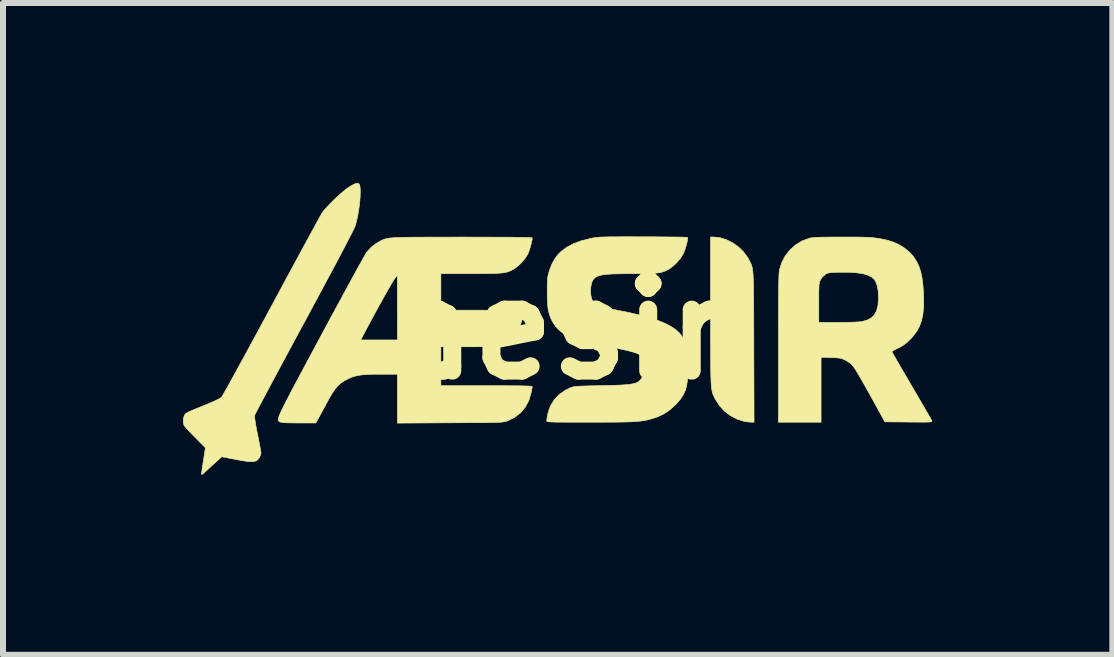
<source format=kicad_pcb>
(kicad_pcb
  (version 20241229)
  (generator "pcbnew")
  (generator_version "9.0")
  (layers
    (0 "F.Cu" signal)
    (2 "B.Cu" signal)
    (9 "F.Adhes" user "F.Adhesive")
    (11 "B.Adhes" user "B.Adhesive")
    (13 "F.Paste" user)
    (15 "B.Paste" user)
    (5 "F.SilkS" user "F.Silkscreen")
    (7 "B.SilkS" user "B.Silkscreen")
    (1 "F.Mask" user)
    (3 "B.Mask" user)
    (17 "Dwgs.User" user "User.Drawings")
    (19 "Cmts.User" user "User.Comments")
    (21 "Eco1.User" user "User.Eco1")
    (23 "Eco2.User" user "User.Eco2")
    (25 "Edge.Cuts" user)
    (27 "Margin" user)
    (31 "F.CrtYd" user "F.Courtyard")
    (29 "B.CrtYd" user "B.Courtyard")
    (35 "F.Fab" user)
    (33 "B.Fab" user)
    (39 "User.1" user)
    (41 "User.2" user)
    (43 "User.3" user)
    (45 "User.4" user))
  (footprint "aesir"
    (layer "F.Cu")
    (at 6.266 2.438)
    (property "Reference" "aesir" (at 0 0 0) (layer "F.SilkS") (effects (font (size 1.524 1.524) (thickness 0.3))))
    (attr through_hole)
    (fp_poly (pts (xy 2.588 -1.537) (xy 2.691 -1.525) (xy 2.796 -1.491) (xy 2.898 -1.439) (xy 2.993 -1.372) (xy 3.076 -1.291) (xy 3.143 -1.202) (xy 3.158 -1.175) (xy 3.172 -1.149) (xy 3.184 -1.126) (xy 3.195 -1.104) (xy 3.205 -1.083) (xy 3.213 -1.06) (xy 3.22 -1.033) (xy 3.226 -1.002) (xy 3.231 -0.963) (xy 3.235 -0.917) (xy 3.238 -0.861) (xy 3.241 -0.794) (xy 3.243 -0.714) (xy 3.244 -0.619) (xy 3.245 -0.508) (xy 3.246 -0.379) (xy 3.247 -0.231) (xy 3.247 -0.062) (xy 3.248 0.129) (xy 3.248 0.295) (xy 3.252 1.549) (xy 3.198 1.548) (xy 3.148 1.544) (xy 3.098 1.538) (xy 3.092 1.536) (xy 2.974 1.5) (xy 2.861 1.442) (xy 2.76 1.365) (xy 2.674 1.272) (xy 2.607 1.167) (xy 2.605 1.164) (xy 2.593 1.139) (xy 2.582 1.117) (xy 2.572 1.095) (xy 2.563 1.072) (xy 2.556 1.047) (xy 2.55 1.017) (xy 2.544 0.982) (xy 2.54 0.939) (xy 2.536 0.888) (xy 2.534 0.825) (xy 2.531 0.751) (xy 2.53 0.663) (xy 2.529 0.559) (xy 2.528 0.439) (xy 2.528 0.3) (xy 2.527 0.141) (xy 2.527 -0.04) (xy 2.527 -0.245) (xy 2.527 -0.301) (xy 2.527 -1.537) (xy 2.588 -1.537)) (stroke (width 0.01) (type solid)) (fill yes) (layer "F.SilkS"))
    (fp_poly (pts (xy -3.339 -2.428) (xy -3.331 -2.422) (xy -3.319 -2.395) (xy -3.312 -2.348) (xy -3.311 -2.284) (xy -3.313 -2.208) (xy -3.32 -2.122) (xy -3.331 -2.032) (xy -3.345 -1.94) (xy -3.362 -1.852) (xy -3.382 -1.771) (xy -3.398 -1.718) (xy -3.409 -1.691) (xy -3.433 -1.642) (xy -3.468 -1.572) (xy -3.515 -1.482) (xy -3.573 -1.37) (xy -3.642 -1.239) (xy -3.721 -1.089) (xy -3.812 -0.919) (xy -3.913 -0.731) (xy -4.023 -0.525) (xy -4.144 -0.301) (xy -4.248 -0.108) (xy -4.347 0.075) (xy -4.442 0.251) (xy -4.533 0.421) (xy -4.62 0.582) (xy -4.701 0.733) (xy -4.776 0.873) (xy -4.844 1.001) (xy -4.905 1.115) (xy -4.958 1.214) (xy -5.001 1.296) (xy -5.035 1.361) (xy -5.059 1.406) (xy -5.071 1.432) (xy -5.073 1.436) (xy -5.073 1.457) (xy -5.068 1.499) (xy -5.059 1.558) (xy -5.047 1.629) (xy -5.032 1.71) (xy -5.023 1.752) (xy -5.007 1.835) (xy -4.992 1.91) (xy -4.98 1.975) (xy -4.971 2.024) (xy -4.966 2.054) (xy -4.966 2.061) (xy -4.975 2.103) (xy -4.998 2.148) (xy -5.029 2.182) (xy -5.043 2.191) (xy -5.068 2.201) (xy -5.1 2.207) (xy -5.14 2.207) (xy -5.192 2.203) (xy -5.261 2.193) (xy -5.349 2.177) (xy -5.404 2.167) (xy -5.62 2.125) (xy -5.753 2.246) (xy -5.805 2.293) (xy -5.852 2.336) (xy -5.891 2.372) (xy -5.917 2.395) (xy -5.921 2.399) (xy -5.944 2.418) (xy -5.954 2.421) (xy -5.956 2.408) (xy -5.956 2.406) (xy -5.954 2.385) (xy -5.949 2.345) (xy -5.941 2.289) (xy -5.931 2.222) (xy -5.924 2.179) (xy -5.892 1.976) (xy -6.062 1.804) (xy -6.117 1.748) (xy -6.166 1.697) (xy -6.206 1.653) (xy -6.234 1.621) (xy -6.248 1.603) (xy -6.261 1.555) (xy -6.261 1.498) (xy -6.248 1.446) (xy -6.244 1.439) (xy -6.236 1.425) (xy -6.227 1.413) (xy -6.214 1.401) (xy -6.194 1.389) (xy -6.163 1.373) (xy -6.12 1.354) (xy -6.062 1.33) (xy -5.985 1.298) (xy -5.899 1.264) (xy -5.806 1.225) (xy -5.729 1.191) (xy -5.671 1.162) (xy -5.634 1.14) (xy -5.624 1.132) (xy -5.614 1.117) (xy -5.593 1.081) (xy -5.561 1.025) (xy -5.519 0.951) (xy -5.469 0.86) (xy -5.41 0.753) (xy -5.343 0.631) (xy -5.27 0.497) (xy -5.19 0.351) (xy -5.105 0.194) (xy -5.015 0.029) (xy -4.922 -0.144) (xy -4.825 -0.324) (xy -4.787 -0.394) (xy -4.689 -0.576) (xy -4.594 -0.752) (xy -4.503 -0.922) (xy -4.415 -1.083) (xy -4.333 -1.235) (xy -4.257 -1.376) (xy -4.187 -1.504) (xy -4.125 -1.619) (xy -4.07 -1.718) (xy -4.025 -1.802) (xy -3.989 -1.867) (xy -3.963 -1.913) (xy -3.948 -1.939) (xy -3.946 -1.943) (xy -3.915 -1.984) (xy -3.868 -2.036) (xy -3.811 -2.096) (xy -3.748 -2.159) (xy -3.683 -2.22) (xy -3.62 -2.276) (xy -3.564 -2.323) (xy -3.533 -2.347) (xy -3.462 -2.393) (xy -3.408 -2.421) (xy -3.368 -2.433) (xy -3.339 -2.428)) (stroke (width 0.01) (type solid)) (fill yes) (layer "F.SilkS"))
    (fp_poly (pts (xy 4.843 -1.537) (xy 4.947 -1.537) (xy 5.032 -1.536) (xy 5.102 -1.534) (xy 5.159 -1.532) (xy 5.209 -1.529) (xy 5.253 -1.524) (xy 5.295 -1.519) (xy 5.339 -1.512) (xy 5.347 -1.511) (xy 5.468 -1.486) (xy 5.571 -1.454) (xy 5.662 -1.414) (xy 5.747 -1.362) (xy 5.758 -1.354) (xy 5.841 -1.287) (xy 5.907 -1.214) (xy 5.963 -1.128) (xy 5.97 -1.114) (xy 6.003 -1.042) (xy 6.029 -0.964) (xy 6.049 -0.874) (xy 6.064 -0.768) (xy 6.072 -0.667) (xy 6.08 -0.507) (xy 6.078 -0.368) (xy 6.066 -0.247) (xy 6.043 -0.141) (xy 6.009 -0.047) (xy 5.961 0.038) (xy 5.901 0.118) (xy 5.856 0.167) (xy 5.799 0.221) (xy 5.747 0.261) (xy 5.692 0.294) (xy 5.655 0.313) (xy 5.609 0.335) (xy 5.573 0.355) (xy 5.553 0.369) (xy 5.55 0.373) (xy 5.556 0.385) (xy 5.574 0.418) (xy 5.603 0.468) (xy 5.64 0.534) (xy 5.686 0.613) (xy 5.739 0.704) (xy 5.797 0.803) (xy 5.86 0.911) (xy 5.879 0.944) (xy 5.943 1.053) (xy 6.004 1.157) (xy 6.059 1.252) (xy 6.108 1.336) (xy 6.15 1.408) (xy 6.182 1.464) (xy 6.205 1.504) (xy 6.216 1.525) (xy 6.217 1.527) (xy 6.218 1.534) (xy 6.215 1.539) (xy 6.204 1.542) (xy 6.184 1.545) (xy 6.151 1.547) (xy 6.103 1.548) (xy 6.038 1.548) (xy 5.953 1.547) (xy 5.845 1.547) (xy 5.829 1.546) (xy 5.432 1.543) (xy 5.188 1.099) (xy 5.114 0.967) (xy 5.05 0.854) (xy 4.996 0.76) (xy 4.951 0.686) (xy 4.916 0.633) (xy 4.893 0.602) (xy 4.891 0.599) (xy 4.848 0.562) (xy 4.797 0.527) (xy 4.766 0.511) (xy 4.732 0.496) (xy 4.699 0.486) (xy 4.663 0.479) (xy 4.615 0.475) (xy 4.55 0.473) (xy 4.531 0.472) (xy 4.369 0.467) (xy 4.369 1.549) (xy 3.658 1.549) (xy 3.658 0.321) (xy 3.658 0.109) (xy 3.658 -0.079) (xy 3.658 -0.244) (xy 3.659 -0.388) (xy 3.659 -0.44) (xy 4.331 -0.44) (xy 4.331 -0.114) (xy 4.652 -0.114) (xy 4.746 -0.115) (xy 4.835 -0.116) (xy 4.914 -0.119) (xy 4.981 -0.122) (xy 5.029 -0.126) (xy 5.049 -0.128) (xy 5.136 -0.152) (xy 5.205 -0.189) (xy 5.258 -0.241) (xy 5.294 -0.309) (xy 5.317 -0.396) (xy 5.326 -0.503) (xy 5.326 -0.533) (xy 5.321 -0.636) (xy 5.305 -0.724) (xy 5.279 -0.794) (xy 5.258 -0.829) (xy 5.213 -0.87) (xy 5.148 -0.902) (xy 5.063 -0.927) (xy 4.956 -0.942) (xy 4.827 -0.95) (xy 4.674 -0.95) (xy 4.673 -0.95) (xy 4.6 -0.948) (xy 4.547 -0.946) (xy 4.51 -0.942) (xy 4.484 -0.937) (xy 4.462 -0.928) (xy 4.441 -0.916) (xy 4.436 -0.912) (xy 4.389 -0.869) (xy 4.358 -0.822) (xy 4.349 -0.804) (xy 4.343 -0.785) (xy 4.338 -0.761) (xy 4.335 -0.73) (xy 4.333 -0.688) (xy 4.331 -0.631) (xy 4.331 -0.556) (xy 4.331 -0.46) (xy 4.331 -0.44) (xy 3.659 -0.44) (xy 3.66 -0.513) (xy 3.661 -0.62) (xy 3.662 -0.71) (xy 3.663 -0.785) (xy 3.665 -0.846) (xy 3.667 -0.895) (xy 3.669 -0.934) (xy 3.672 -0.963) (xy 3.674 -0.985) (xy 3.676 -0.992) (xy 3.714 -1.113) (xy 3.773 -1.225) (xy 3.851 -1.324) (xy 3.945 -1.407) (xy 4.052 -1.472) (xy 4.169 -1.516) (xy 4.172 -1.517) (xy 4.197 -1.522) (xy 4.229 -1.527) (xy 4.27 -1.53) (xy 4.323 -1.533) (xy 4.391 -1.535) (xy 4.477 -1.536) (xy 4.582 -1.537) (xy 4.711 -1.537) (xy 4.717 -1.537) (xy 4.843 -1.537)) (stroke (width 0.01) (type solid)) (fill yes) (layer "F.SilkS"))
    (fp_poly (pts (xy 1.333 -1.541) (xy 1.407 -1.541) (xy 1.541 -1.541) (xy 1.667 -1.54) (xy 1.783 -1.539) (xy 1.887 -1.538) (xy 1.976 -1.537) (xy 2.049 -1.536) (xy 2.102 -1.534) (xy 2.134 -1.533) (xy 2.143 -1.532) (xy 2.145 -1.514) (xy 2.141 -1.479) (xy 2.131 -1.432) (xy 2.116 -1.379) (xy 2.1 -1.326) (xy 2.082 -1.28) (xy 2.074 -1.262) (xy 2.027 -1.186) (xy 1.964 -1.11) (xy 1.893 -1.044) (xy 1.84 -1.007) (xy 1.802 -0.986) (xy 1.767 -0.969) (xy 1.729 -0.955) (xy 1.686 -0.945) (xy 1.635 -0.938) (xy 1.572 -0.932) (xy 1.495 -0.929) (xy 1.399 -0.927) (xy 1.283 -0.927) (xy 1.239 -0.927) (xy 1.096 -0.926) (xy 0.976 -0.924) (xy 0.877 -0.921) (xy 0.796 -0.915) (xy 0.732 -0.907) (xy 0.681 -0.897) (xy 0.641 -0.883) (xy 0.61 -0.866) (xy 0.586 -0.846) (xy 0.569 -0.826) (xy 0.546 -0.777) (xy 0.532 -0.712) (xy 0.527 -0.64) (xy 0.532 -0.568) (xy 0.546 -0.505) (xy 0.564 -0.466) (xy 0.587 -0.438) (xy 0.618 -0.414) (xy 0.66 -0.393) (xy 0.717 -0.374) (xy 0.791 -0.354) (xy 0.885 -0.334) (xy 0.948 -0.322) (xy 1.158 -0.281) (xy 1.343 -0.238) (xy 1.505 -0.195) (xy 1.645 -0.149) (xy 1.765 -0.1) (xy 1.864 -0.049) (xy 1.946 0.005) (xy 2.01 0.064) (xy 2.057 0.127) (xy 2.074 0.158) (xy 2.101 0.219) (xy 2.121 0.28) (xy 2.135 0.347) (xy 2.145 0.425) (xy 2.149 0.518) (xy 2.151 0.622) (xy 2.149 0.75) (xy 2.141 0.857) (xy 2.127 0.948) (xy 2.104 1.026) (xy 2.071 1.095) (xy 2.028 1.161) (xy 1.972 1.228) (xy 1.937 1.264) (xy 1.844 1.347) (xy 1.748 1.411) (xy 1.64 1.461) (xy 1.568 1.485) (xy 1.525 1.498) (xy 1.482 1.509) (xy 1.439 1.519) (xy 1.392 1.526) (xy 1.34 1.533) (xy 1.28 1.538) (xy 1.209 1.542) (xy 1.126 1.545) (xy 1.028 1.547) (xy 0.913 1.548) (xy 0.779 1.549) (xy 0.623 1.549) (xy 0.518 1.549) (xy 0.364 1.549) (xy 0.234 1.549) (xy 0.125 1.549) (xy 0.036 1.548) (xy -0.035 1.548) (xy -0.09 1.546) (xy -0.132 1.545) (xy -0.162 1.543) (xy -0.183 1.54) (xy -0.195 1.537) (xy -0.201 1.533) (xy -0.203 1.529) (xy -0.203 1.526) (xy -0.198 1.472) (xy -0.184 1.406) (xy -0.164 1.338) (xy -0.14 1.277) (xy -0.139 1.275) (xy -0.077 1.173) (xy 0.005 1.086) (xy 0.107 1.015) (xy 0.193 0.974) (xy 0.213 0.967) (xy 0.233 0.961) (xy 0.258 0.956) (xy 0.289 0.952) (xy 0.331 0.949) (xy 0.385 0.947) (xy 0.454 0.945) (xy 0.542 0.942) (xy 0.651 0.94) (xy 0.705 0.939) (xy 0.847 0.936) (xy 0.967 0.933) (xy 1.066 0.928) (xy 1.146 0.922) (xy 1.211 0.913) (xy 1.262 0.902) (xy 1.302 0.887) (xy 1.333 0.869) (xy 1.357 0.846) (xy 1.377 0.818) (xy 1.395 0.787) (xy 1.409 0.757) (xy 1.417 0.728) (xy 1.42 0.694) (xy 1.419 0.646) (xy 1.418 0.617) (xy 1.412 0.549) (xy 1.401 0.5) (xy 1.382 0.463) (xy 1.353 0.433) (xy 1.333 0.417) (xy 1.301 0.401) (xy 1.247 0.383) (xy 1.172 0.363) (xy 1.08 0.341) (xy 0.974 0.319) (xy 0.857 0.298) (xy 0.696 0.269) (xy 0.558 0.242) (xy 0.44 0.215) (xy 0.34 0.189) (xy 0.254 0.161) (xy 0.181 0.13) (xy 0.118 0.098) (xy 0.062 0.061) (xy 0.01 0.019) (xy -0.022 -0.011) (xy -0.057 -0.052) (xy -0.093 -0.103) (xy -0.114 -0.139) (xy -0.141 -0.198) (xy -0.162 -0.256) (xy -0.177 -0.317) (xy -0.187 -0.387) (xy -0.193 -0.471) (xy -0.195 -0.572) (xy -0.195 -0.622) (xy -0.195 -0.707) (xy -0.194 -0.772) (xy -0.192 -0.821) (xy -0.188 -0.862) (xy -0.181 -0.898) (xy -0.171 -0.935) (xy -0.161 -0.972) (xy -0.121 -1.079) (xy -0.074 -1.168) (xy -0.016 -1.245) (xy 0.026 -1.288) (xy 0.124 -1.363) (xy 0.241 -1.426) (xy 0.379 -1.477) (xy 0.539 -1.517) (xy 0.559 -1.521) (xy 0.587 -1.525) (xy 0.617 -1.529) (xy 0.65 -1.533) (xy 0.69 -1.536) (xy 0.739 -1.538) (xy 0.798 -1.539) (xy 0.87 -1.541) (xy 0.957 -1.541) (xy 1.062 -1.542) (xy 1.186 -1.542) (xy 1.333 -1.541)) (stroke (width 0.01) (type solid)) (fill yes) (layer "F.SilkS"))
    (fp_poly (pts (xy -1.404 -1.536) (xy -1.22 -1.536) (xy -1.054 -1.535) (xy -0.905 -1.535) (xy -0.775 -1.534) (xy -0.665 -1.532) (xy -0.576 -1.531) (xy -0.509 -1.529) (xy -0.465 -1.527) (xy -0.446 -1.525) (xy -0.445 -1.525) (xy -0.449 -1.488) (xy -0.46 -1.435) (xy -0.476 -1.375) (xy -0.494 -1.316) (xy -0.513 -1.267) (xy -0.52 -1.251) (xy -0.562 -1.184) (xy -0.619 -1.115) (xy -0.684 -1.053) (xy -0.75 -1.005) (xy -0.761 -0.999) (xy -0.793 -0.982) (xy -0.825 -0.968) (xy -0.857 -0.956) (xy -0.894 -0.947) (xy -0.938 -0.94) (xy -0.991 -0.935) (xy -1.056 -0.931) (xy -1.136 -0.929) (xy -1.234 -0.928) (xy -1.353 -0.927) (xy -1.47 -0.927) (xy -1.968 -0.927) (xy -1.968 -0.318) (xy -1.276 -0.318) (xy -1.126 -0.317) (xy -0.991 -0.317) (xy -0.873 -0.316) (xy -0.773 -0.314) (xy -0.693 -0.313) (xy -0.633 -0.311) (xy -0.597 -0.308) (xy -0.584 -0.306) (xy -0.584 -0.306) (xy -0.588 -0.271) (xy -0.599 -0.221) (xy -0.614 -0.164) (xy -0.631 -0.107) (xy -0.648 -0.059) (xy -0.655 -0.043) (xy -0.699 0.03) (xy -0.76 0.102) (xy -0.829 0.166) (xy -0.899 0.213) (xy -0.899 0.213) (xy -0.938 0.233) (xy -0.974 0.25) (xy -1.011 0.263) (xy -1.052 0.273) (xy -1.099 0.28) (xy -1.156 0.286) (xy -1.226 0.289) (xy -1.312 0.291) (xy -1.417 0.292) (xy -1.545 0.292) (xy -1.546 0.292) (xy -1.968 0.292) (xy -1.968 0.94) (xy -1.206 0.94) (xy -1.027 0.94) (xy -0.872 0.941) (xy -0.742 0.942) (xy -0.635 0.943) (xy -0.553 0.945) (xy -0.494 0.947) (xy -0.458 0.95) (xy -0.445 0.953) (xy -0.445 0.953) (xy -0.447 0.971) (xy -0.453 1.007) (xy -0.463 1.053) (xy -0.465 1.063) (xy -0.502 1.188) (xy -0.559 1.296) (xy -0.635 1.388) (xy -0.73 1.463) (xy -0.843 1.521) (xy -0.858 1.527) (xy -0.873 1.532) (xy -0.888 1.537) (xy -0.905 1.541) (xy -0.926 1.544) (xy -0.952 1.547) (xy -0.986 1.55) (xy -1.029 1.552) (xy -1.084 1.553) (xy -1.152 1.555) (xy -1.236 1.556) (xy -1.336 1.557) (xy -1.456 1.557) (xy -1.597 1.558) (xy -1.76 1.559) (xy -1.813 1.559) (xy -2.692 1.564) (xy -2.692 0.749) (xy -2.975 0.75) (xy -3.093 0.75) (xy -3.189 0.753) (xy -3.269 0.759) (xy -3.335 0.767) (xy -3.393 0.78) (xy -3.447 0.797) (xy -3.5 0.819) (xy -3.528 0.833) (xy -3.586 0.864) (xy -3.636 0.898) (xy -3.681 0.939) (xy -3.725 0.99) (xy -3.77 1.054) (xy -3.819 1.135) (xy -3.872 1.232) (xy -3.911 1.305) (xy -3.948 1.373) (xy -3.981 1.432) (xy -4.006 1.479) (xy -4.022 1.508) (xy -4.023 1.508) (xy -4.054 1.562) (xy -4.335 1.562) (xy -4.44 1.561) (xy -4.522 1.56) (xy -4.583 1.557) (xy -4.624 1.552) (xy -4.647 1.546) (xy -4.648 1.546) (xy -4.659 1.541) (xy -4.667 1.535) (xy -4.674 1.528) (xy -4.679 1.519) (xy -4.68 1.506) (xy -4.677 1.488) (xy -4.67 1.464) (xy -4.659 1.433) (xy -4.642 1.393) (xy -4.619 1.343) (xy -4.589 1.283) (xy -4.553 1.211) (xy -4.508 1.125) (xy -4.456 1.025) (xy -4.395 0.909) (xy -4.324 0.777) (xy -4.244 0.627) (xy -4.153 0.457) (xy -4.051 0.267) (xy -4.003 0.178) (xy -3.303 0.178) (xy -2.692 0.178) (xy -2.693 -0.895) (xy -2.738 -0.845) (xy -2.751 -0.825) (xy -2.776 -0.785) (xy -2.809 -0.728) (xy -2.85 -0.656) (xy -2.898 -0.573) (xy -2.949 -0.479) (xy -3.005 -0.379) (xy -3.062 -0.275) (xy -3.119 -0.169) (xy -3.176 -0.064) (xy -3.23 0.038) (xy -3.28 0.133) (xy -3.288 0.149) (xy -3.303 0.178) (xy -4.003 0.178) (xy -3.969 0.114) (xy -3.876 -0.059) (xy -3.786 -0.226) (xy -3.699 -0.387) (xy -3.616 -0.539) (xy -3.539 -0.681) (xy -3.468 -0.812) (xy -3.403 -0.93) (xy -3.346 -1.035) (xy -3.296 -1.123) (xy -3.257 -1.195) (xy -3.226 -1.248) (xy -3.207 -1.281) (xy -3.2 -1.29) (xy -3.133 -1.363) (xy -3.048 -1.43) (xy -2.975 -1.472) (xy -2.954 -1.482) (xy -2.934 -1.492) (xy -2.913 -1.5) (xy -2.889 -1.507) (xy -2.862 -1.513) (xy -2.829 -1.519) (xy -2.789 -1.523) (xy -2.74 -1.527) (xy -2.681 -1.529) (xy -2.609 -1.532) (xy -2.524 -1.533) (xy -2.423 -1.535) (xy -2.306 -1.535) (xy -2.169 -1.536) (xy -2.013 -1.536) (xy -1.834 -1.536) (xy -1.632 -1.537) (xy -1.603 -1.537) (xy -1.404 -1.536)) (stroke (width 0.01) (type solid)) (fill yes) (layer "F.SilkS")))
  (gr_rect
    (start -3 -3)
    (end 15.49 7.864)
    (stroke (width 0.1) (type default))
    (fill no)
    (layer "Edge.Cuts")))
</source>
